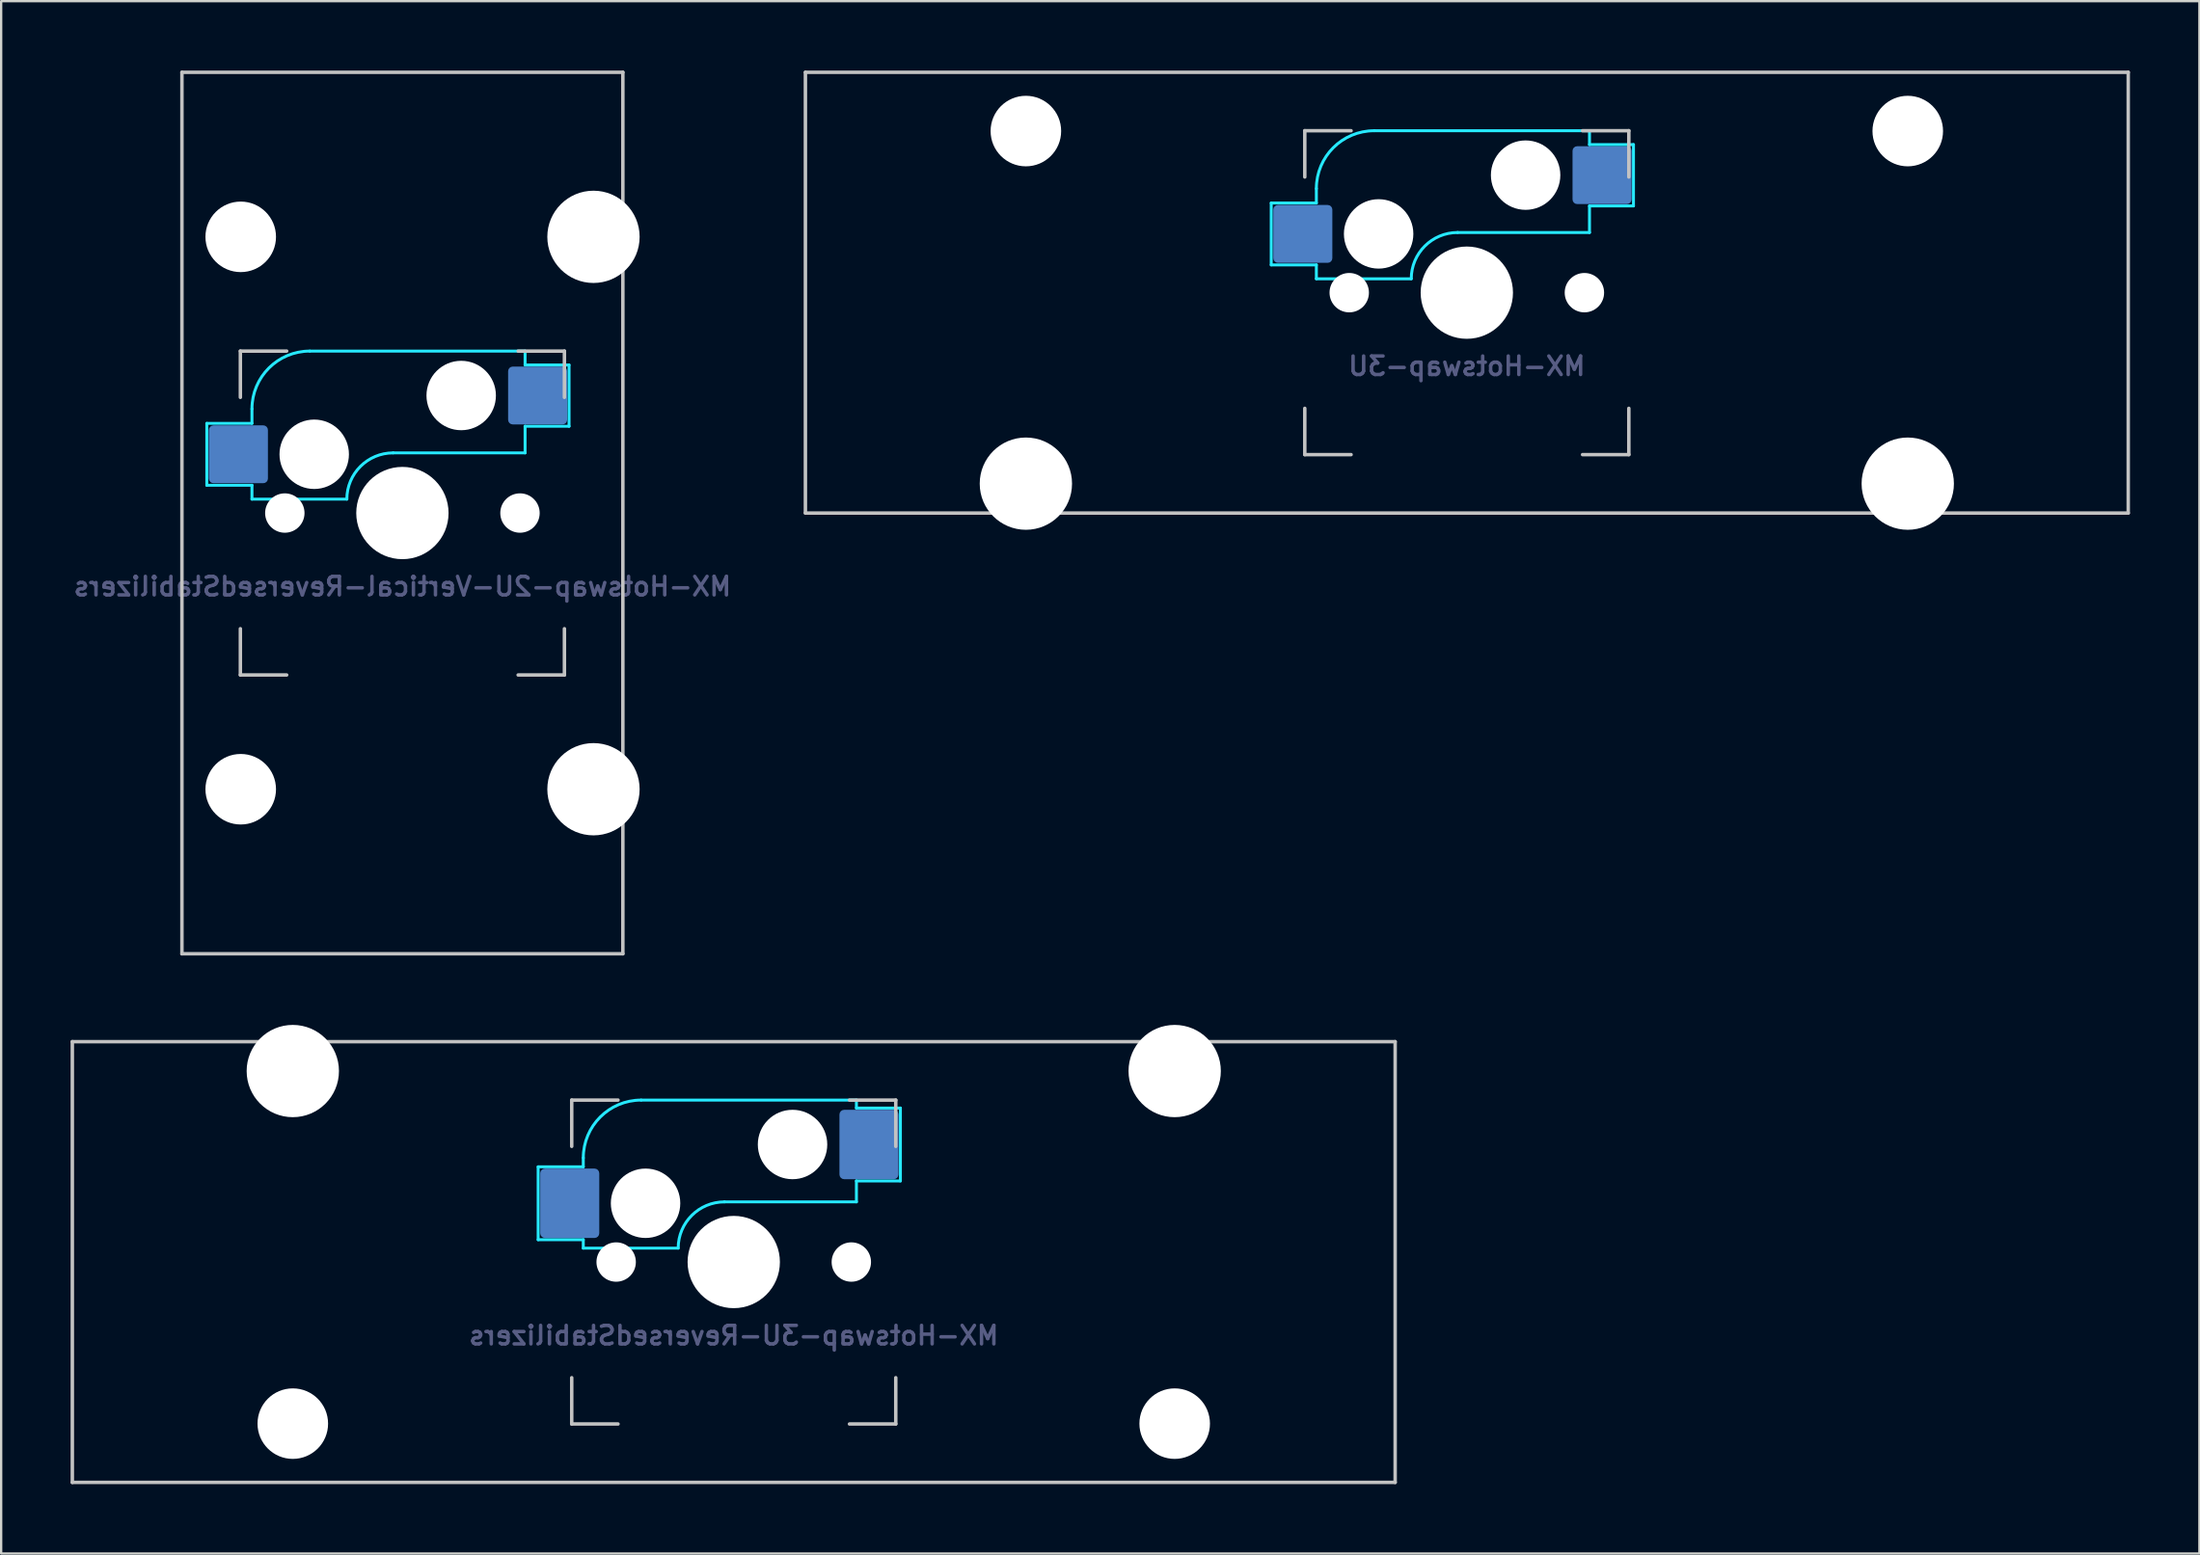
<source format=kicad_pcb>
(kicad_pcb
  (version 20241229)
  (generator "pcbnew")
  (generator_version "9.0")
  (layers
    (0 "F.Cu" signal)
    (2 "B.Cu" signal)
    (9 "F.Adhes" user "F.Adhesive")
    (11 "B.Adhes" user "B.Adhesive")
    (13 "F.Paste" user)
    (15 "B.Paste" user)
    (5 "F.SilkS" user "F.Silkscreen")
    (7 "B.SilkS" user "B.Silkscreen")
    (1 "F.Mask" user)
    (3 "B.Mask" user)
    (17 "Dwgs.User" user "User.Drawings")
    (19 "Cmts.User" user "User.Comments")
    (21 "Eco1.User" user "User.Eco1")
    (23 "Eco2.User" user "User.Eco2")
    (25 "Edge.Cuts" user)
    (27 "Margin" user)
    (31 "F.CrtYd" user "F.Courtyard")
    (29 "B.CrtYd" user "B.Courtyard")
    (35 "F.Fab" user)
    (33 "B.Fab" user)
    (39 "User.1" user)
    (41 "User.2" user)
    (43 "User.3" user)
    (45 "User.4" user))
  (footprint "MX-Hotswap-2U-Vertical-ReversedStabilizers"
    (layer "F.Cu")
    (at 14.335 19.125)
    (property "Reference" "MX-Hotswap-2U-Vertical-ReversedStabilizers" (at 0 3.175 0) (layer "B.Fab") (effects (font (size 0.8 0.8) (thickness 0.15)) (justify mirror)))
    (attr smd)
    (fp_line (start -9.525 19.05) (end -9.525 -19.05) (stroke (width 0.15) (type solid)) (layer "Dwgs.User"))
    (fp_line (start -7 -7) (end -7 -5) (stroke (width 0.15) (type solid)) (layer "Dwgs.User"))
    (fp_line (start -7 5) (end -7 7) (stroke (width 0.15) (type solid)) (layer "Dwgs.User"))
    (fp_line (start -7 7) (end -5 7) (stroke (width 0.15) (type solid)) (layer "Dwgs.User"))
    (fp_line (start -5 -7) (end -7 -7) (stroke (width 0.15) (type solid)) (layer "Dwgs.User"))
    (fp_line (start 5 -7) (end 7 -7) (stroke (width 0.15) (type solid)) (layer "Dwgs.User"))
    (fp_line (start 5 7) (end 7 7) (stroke (width 0.15) (type solid)) (layer "Dwgs.User"))
    (fp_line (start 7 -7) (end 7 -5) (stroke (width 0.15) (type solid)) (layer "Dwgs.User"))
    (fp_line (start 7 7) (end 7 5) (stroke (width 0.15) (type solid)) (layer "Dwgs.User"))
    (fp_line (start 9.525 -19.05) (end -9.525 -19.05) (stroke (width 0.15) (type solid)) (layer "Dwgs.User"))
    (fp_line (start 9.525 19.05) (end -9.525 19.05) (stroke (width 0.15) (type solid)) (layer "Dwgs.User"))
    (fp_line (start 9.525 19.05) (end 9.525 -19.05) (stroke (width 0.15) (type solid)) (layer "Dwgs.User"))
    (fp_line (start -8.45 -3.875) (end -8.45 -1.2) (stroke (width 0.127) (type solid)) (layer "B.CrtYd"))
    (fp_line (start -8.45 -1.2) (end -6.5 -1.2) (stroke (width 0.127) (type solid)) (layer "B.CrtYd"))
    (fp_line (start -6.5 -4.5) (end -6.5 -3.875) (stroke (width 0.127) (type solid)) (layer "B.CrtYd"))
    (fp_line (start -6.5 -3.875) (end -8.45 -3.875) (stroke (width 0.127) (type solid)) (layer "B.CrtYd"))
    (fp_line (start -6.5 -0.6) (end -6.5 -1.2) (stroke (width 0.127) (type solid)) (layer "B.CrtYd"))
    (fp_line (start -6.5 -0.6) (end -2.4 -0.6) (stroke (width 0.127) (type solid)) (layer "B.CrtYd"))
    (fp_line (start -0.4 -2.6) (end 5.3 -2.6) (stroke (width 0.127) (type solid)) (layer "B.CrtYd"))
    (fp_line (start 5.3 -7) (end -4 -7) (stroke (width 0.127) (type solid)) (layer "B.CrtYd"))
    (fp_line (start 5.3 -7) (end 5.3 -6.4) (stroke (width 0.127) (type solid)) (layer "B.CrtYd"))
    (fp_line (start 5.3 -6.4) (end 7.2 -6.4) (stroke (width 0.127) (type solid)) (layer "B.CrtYd"))
    (fp_line (start 5.3 -2.6) (end 5.3 -3.75) (stroke (width 0.127) (type solid)) (layer "B.CrtYd"))
    (fp_line (start 7.2 -6.4) (end 7.2 -3.75) (stroke (width 0.127) (type solid)) (layer "B.CrtYd"))
    (fp_line (start 7.2 -3.75) (end 5.3 -3.75) (stroke (width 0.127) (type solid)) (layer "B.CrtYd"))
    (fp_arc (start -6.5 -4.5) (mid -5.767767 -6.267767) (end -4 -7) (stroke (width 0.127) (type solid)) (layer "B.CrtYd"))
    (fp_arc (start -2.4 -0.6) (mid -1.814214 -2.014214) (end -0.4 -2.6) (stroke (width 0.127) (type solid)) (layer "B.CrtYd"))
    (pad "" np_thru_hole circle (at -6.985 -11.938) (size 3.048 3.048) (drill 3.048) (layers "*.Cu" "*.Mask"))
    (pad "" np_thru_hole circle (at -6.985 11.938) (size 3.048 3.048) (drill 3.048) (layers "*.Cu" "*.Mask"))
    (pad "" np_thru_hole circle (at -5.08 0 48.099) (size 1.702 1.702) (drill 1.702) (layers "*.Cu" "*.Mask"))
    (pad "" np_thru_hole circle (at -3.81 -2.54) (size 3 3) (drill 3) (layers "*.Cu" "*.Mask"))
    (pad "" np_thru_hole circle (at 0 0) (size 3.988 3.988) (drill 3.988) (layers "*.Cu" "*.Mask"))
    (pad "" np_thru_hole circle (at 2.54 -5.08) (size 3 3) (drill 3) (layers "*.Cu" "*.Mask"))
    (pad "" np_thru_hole circle (at 5.08 0 48.099) (size 1.702 1.702) (drill 1.702) (layers "*.Cu" "*.Mask"))
    (pad "" np_thru_hole circle (at 8.255 -11.938) (size 3.988 3.988) (drill 3.988) (layers "*.Cu" "*.Mask"))
    (pad "" np_thru_hole circle (at 8.255 11.938) (size 3.988 3.988) (drill 3.988) (layers "*.Cu" "*.Mask"))
    (pad "1" smd roundrect (at -7.085 -2.54) (size 2.55 2.5) (layers "B.Cu" "B.Mask" "B.Paste") (roundrect_rratio 0.08))
    (pad "2" smd roundrect (at 5.842 -5.08) (size 2.55 2.5) (layers "B.Cu" "B.Mask" "B.Paste") (roundrect_rratio 0.08)))
  (footprint "MX-Hotswap-3U-ReversedStabilizers"
    (layer "F.Cu")
    (at 28.65 51.499)
    (property "Reference" "MX-Hotswap-3U-ReversedStabilizers" (at 0 3.175 0) (layer "B.Fab") (effects (font (size 0.8 0.8) (thickness 0.15)) (justify mirror)))
    (attr smd)
    (fp_line (start -28.575 9.525) (end -28.575 -9.525) (stroke (width 0.15) (type solid)) (layer "Dwgs.User"))
    (fp_line (start -7 -7) (end -7 -5) (stroke (width 0.15) (type solid)) (layer "Dwgs.User"))
    (fp_line (start -7 5) (end -7 7) (stroke (width 0.15) (type solid)) (layer "Dwgs.User"))
    (fp_line (start -7 7) (end -5 7) (stroke (width 0.15) (type solid)) (layer "Dwgs.User"))
    (fp_line (start -5 -7) (end -7 -7) (stroke (width 0.15) (type solid)) (layer "Dwgs.User"))
    (fp_line (start 5 -7) (end 7 -7) (stroke (width 0.15) (type solid)) (layer "Dwgs.User"))
    (fp_line (start 5 7) (end 7 7) (stroke (width 0.15) (type solid)) (layer "Dwgs.User"))
    (fp_line (start 7 -7) (end 7 -5) (stroke (width 0.15) (type solid)) (layer "Dwgs.User"))
    (fp_line (start 7 7) (end 7 5) (stroke (width 0.15) (type solid)) (layer "Dwgs.User"))
    (fp_line (start 28.575 -9.525) (end -28.575 -9.525) (stroke (width 0.15) (type solid)) (layer "Dwgs.User"))
    (fp_line (start 28.575 9.525) (end -28.575 9.525) (stroke (width 0.15) (type solid)) (layer "Dwgs.User"))
    (fp_line (start 28.575 9.525) (end 28.575 -9.525) (stroke (width 0.15) (type solid)) (layer "Dwgs.User"))
    (fp_line (start -8.45 -4.115) (end -8.45 -0.965) (stroke (width 0.127) (type solid)) (layer "B.CrtYd"))
    (fp_line (start -8.45 -0.965) (end -6.5 -0.965) (stroke (width 0.127) (type solid)) (layer "B.CrtYd"))
    (fp_line (start -6.5 -4.5) (end -6.5 -4.115) (stroke (width 0.127) (type solid)) (layer "B.CrtYd"))
    (fp_line (start -6.5 -4.115) (end -8.45 -4.115) (stroke (width 0.127) (type solid)) (layer "B.CrtYd"))
    (fp_line (start -6.5 -0.6) (end -6.5 -0.965) (stroke (width 0.127) (type solid)) (layer "B.CrtYd"))
    (fp_line (start -6.5 -0.6) (end -2.4 -0.6) (stroke (width 0.127) (type solid)) (layer "B.CrtYd"))
    (fp_line (start -0.4 -2.6) (end 5.3 -2.6) (stroke (width 0.127) (type solid)) (layer "B.CrtYd"))
    (fp_line (start 5.3 -7) (end -4 -7) (stroke (width 0.127) (type solid)) (layer "B.CrtYd"))
    (fp_line (start 5.3 -7) (end 5.3 -6.655) (stroke (width 0.127) (type solid)) (layer "B.CrtYd"))
    (fp_line (start 5.3 -6.655) (end 7.2 -6.655) (stroke (width 0.127) (type solid)) (layer "B.CrtYd"))
    (fp_line (start 5.3 -2.6) (end 5.3 -3.505) (stroke (width 0.127) (type solid)) (layer "B.CrtYd"))
    (fp_line (start 7.2 -6.655) (end 7.2 -3.505) (stroke (width 0.127) (type solid)) (layer "B.CrtYd"))
    (fp_line (start 7.2 -3.505) (end 5.3 -3.505) (stroke (width 0.127) (type solid)) (layer "B.CrtYd"))
    (fp_arc (start -6.5 -4.5) (mid -5.767767 -6.267767) (end -4 -7) (stroke (width 0.127) (type solid)) (layer "B.CrtYd"))
    (fp_arc (start -2.4 -0.6) (mid -1.814214 -2.014214) (end -0.4 -2.6) (stroke (width 0.127) (type solid)) (layer "B.CrtYd"))
    (pad "" np_thru_hole circle (at -19.05 -8.255) (size 3.988 3.988) (drill 3.988) (layers "*.Cu" "*.Mask"))
    (pad "" np_thru_hole circle (at -19.05 6.985) (size 3.048 3.048) (drill 3.048) (layers "*.Cu" "*.Mask"))
    (pad "" np_thru_hole circle (at -5.08 0 48.099) (size 1.702 1.702) (drill 1.702) (layers "*.Cu" "*.Mask"))
    (pad "" np_thru_hole circle (at -3.81 -2.54) (size 3 3) (drill 3) (layers "*.Cu" "*.Mask"))
    (pad "" np_thru_hole circle (at 0 0) (size 3.988 3.988) (drill 3.988) (layers "*.Cu" "*.Mask"))
    (pad "" np_thru_hole circle (at 2.54 -5.08) (size 3 3) (drill 3) (layers "*.Cu" "*.Mask"))
    (pad "" np_thru_hole circle (at 5.08 0 48.099) (size 1.702 1.702) (drill 1.702) (layers "*.Cu" "*.Mask"))
    (pad "" np_thru_hole circle (at 19.05 -8.255) (size 3.988 3.988) (drill 3.988) (layers "*.Cu" "*.Mask"))
    (pad "" np_thru_hole circle (at 19.05 6.985) (size 3.048 3.048) (drill 3.048) (layers "*.Cu" "*.Mask"))
    (pad "1" smd roundrect (at -7.085 -2.54 90) (size 3 2.55) (layers "B.Cu" "B.Mask" "B.Paste") (roundrect_rratio 0.08))
    (pad "2" smd roundrect (at 5.842 -5.08 90) (size 3 2.55) (layers "B.Cu" "B.Mask" "B.Paste") (roundrect_rratio 0.08)))
  (footprint "MX-Hotswap-3U"
    (layer "F.Cu")
    (at 60.321 9.6)
    (property "Reference" "MX-Hotswap-3U" (at 0 3.175 0) (layer "B.Fab") (effects (font (size 0.8 0.8) (thickness 0.15)) (justify mirror)))
    (attr smd)
    (fp_line (start -28.575 9.525) (end -28.575 -9.525) (stroke (width 0.15) (type solid)) (layer "Dwgs.User"))
    (fp_line (start -7 -7) (end -7 -5) (stroke (width 0.15) (type solid)) (layer "Dwgs.User"))
    (fp_line (start -7 5) (end -7 7) (stroke (width 0.15) (type solid)) (layer "Dwgs.User"))
    (fp_line (start -7 7) (end -5 7) (stroke (width 0.15) (type solid)) (layer "Dwgs.User"))
    (fp_line (start -5 -7) (end -7 -7) (stroke (width 0.15) (type solid)) (layer "Dwgs.User"))
    (fp_line (start 5 -7) (end 7 -7) (stroke (width 0.15) (type solid)) (layer "Dwgs.User"))
    (fp_line (start 5 7) (end 7 7) (stroke (width 0.15) (type solid)) (layer "Dwgs.User"))
    (fp_line (start 7 -7) (end 7 -5) (stroke (width 0.15) (type solid)) (layer "Dwgs.User"))
    (fp_line (start 7 7) (end 7 5) (stroke (width 0.15) (type solid)) (layer "Dwgs.User"))
    (fp_line (start 28.575 -9.525) (end -28.575 -9.525) (stroke (width 0.15) (type solid)) (layer "Dwgs.User"))
    (fp_line (start 28.575 9.525) (end -28.575 9.525) (stroke (width 0.15) (type solid)) (layer "Dwgs.User"))
    (fp_line (start 28.575 9.525) (end 28.575 -9.525) (stroke (width 0.15) (type solid)) (layer "Dwgs.User"))
    (fp_line (start -8.45 -3.875) (end -8.45 -1.2) (stroke (width 0.127) (type solid)) (layer "B.CrtYd"))
    (fp_line (start -8.45 -1.2) (end -6.5 -1.2) (stroke (width 0.127) (type solid)) (layer "B.CrtYd"))
    (fp_line (start -6.5 -4.5) (end -6.5 -3.875) (stroke (width 0.127) (type solid)) (layer "B.CrtYd"))
    (fp_line (start -6.5 -3.875) (end -8.45 -3.875) (stroke (width 0.127) (type solid)) (layer "B.CrtYd"))
    (fp_line (start -6.5 -0.6) (end -6.5 -1.2) (stroke (width 0.127) (type solid)) (layer "B.CrtYd"))
    (fp_line (start -6.5 -0.6) (end -2.4 -0.6) (stroke (width 0.127) (type solid)) (layer "B.CrtYd"))
    (fp_line (start -0.4 -2.6) (end 5.3 -2.6) (stroke (width 0.127) (type solid)) (layer "B.CrtYd"))
    (fp_line (start 5.3 -7) (end -4 -7) (stroke (width 0.127) (type solid)) (layer "B.CrtYd"))
    (fp_line (start 5.3 -7) (end 5.3 -6.4) (stroke (width 0.127) (type solid)) (layer "B.CrtYd"))
    (fp_line (start 5.3 -6.4) (end 7.2 -6.4) (stroke (width 0.127) (type solid)) (layer "B.CrtYd"))
    (fp_line (start 5.3 -2.6) (end 5.3 -3.75) (stroke (width 0.127) (type solid)) (layer "B.CrtYd"))
    (fp_line (start 7.2 -6.4) (end 7.2 -3.75) (stroke (width 0.127) (type solid)) (layer "B.CrtYd"))
    (fp_line (start 7.2 -3.75) (end 5.3 -3.75) (stroke (width 0.127) (type solid)) (layer "B.CrtYd"))
    (fp_arc (start -6.5 -4.5) (mid -5.767767 -6.267767) (end -4 -7) (stroke (width 0.127) (type solid)) (layer "B.CrtYd"))
    (fp_arc (start -2.4 -0.6) (mid -1.814214 -2.014214) (end -0.4 -2.6) (stroke (width 0.127) (type solid)) (layer "B.CrtYd"))
    (pad "" np_thru_hole circle (at -19.05 -6.985) (size 3.048 3.048) (drill 3.048) (layers "*.Cu" "*.Mask"))
    (pad "" np_thru_hole circle (at -19.05 8.255) (size 3.988 3.988) (drill 3.988) (layers "*.Cu" "*.Mask"))
    (pad "" np_thru_hole circle (at -5.08 0 48.099) (size 1.702 1.702) (drill 1.702) (layers "*.Cu" "*.Mask"))
    (pad "" np_thru_hole circle (at -3.81 -2.54) (size 3 3) (drill 3) (layers "*.Cu" "*.Mask"))
    (pad "" np_thru_hole circle (at 0 0) (size 3.988 3.988) (drill 3.988) (layers "*.Cu" "*.Mask"))
    (pad "" np_thru_hole circle (at 2.54 -5.08) (size 3 3) (drill 3) (layers "*.Cu" "*.Mask"))
    (pad "" np_thru_hole circle (at 5.08 0 48.099) (size 1.702 1.702) (drill 1.702) (layers "*.Cu" "*.Mask"))
    (pad "" np_thru_hole circle (at 19.05 -6.985) (size 3.048 3.048) (drill 3.048) (layers "*.Cu" "*.Mask"))
    (pad "" np_thru_hole circle (at 19.05 8.255) (size 3.988 3.988) (drill 3.988) (layers "*.Cu" "*.Mask"))
    (pad "1" smd roundrect (at -7.085 -2.54) (size 2.55 2.5) (layers "B.Cu" "B.Mask" "B.Paste") (roundrect_rratio 0.08))
    (pad "2" smd roundrect (at 5.842 -5.08) (size 2.55 2.5) (layers "B.Cu" "B.Mask" "B.Paste") (roundrect_rratio 0.08)))
  (gr_rect
    (start -3 -3)
    (end 91.971 64.099)
    (stroke (width 0.1) (type default))
    (fill no)
    (layer "Edge.Cuts")))
</source>
